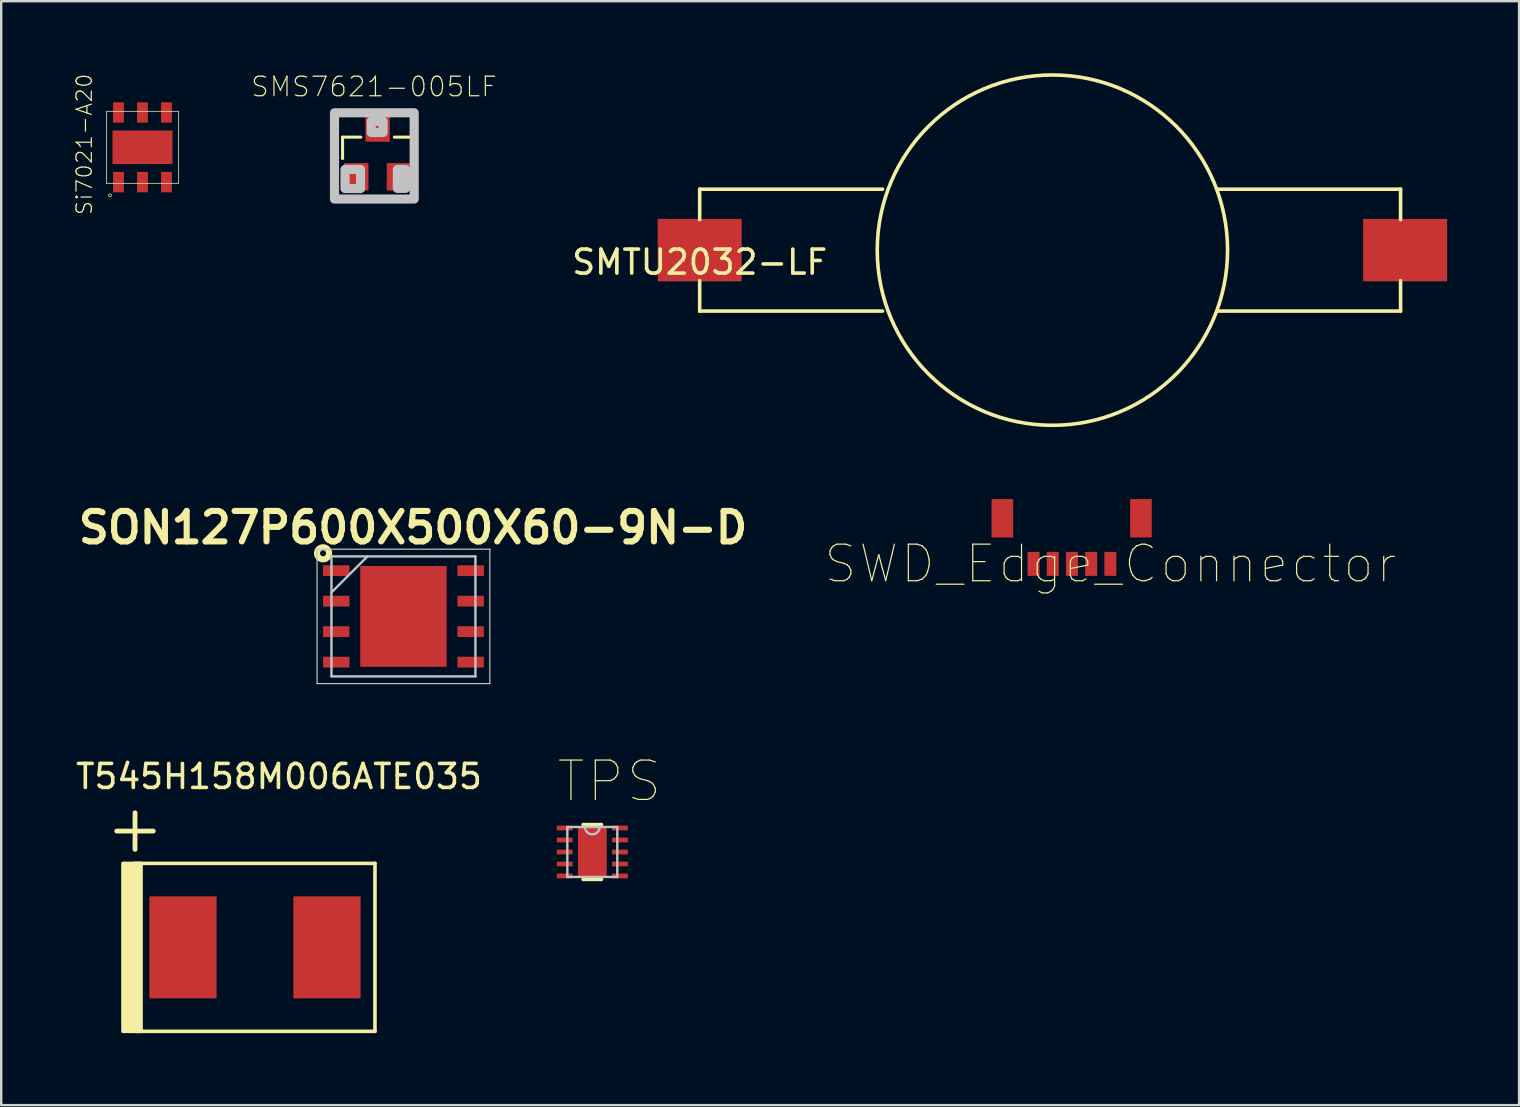
<source format=kicad_pcb>
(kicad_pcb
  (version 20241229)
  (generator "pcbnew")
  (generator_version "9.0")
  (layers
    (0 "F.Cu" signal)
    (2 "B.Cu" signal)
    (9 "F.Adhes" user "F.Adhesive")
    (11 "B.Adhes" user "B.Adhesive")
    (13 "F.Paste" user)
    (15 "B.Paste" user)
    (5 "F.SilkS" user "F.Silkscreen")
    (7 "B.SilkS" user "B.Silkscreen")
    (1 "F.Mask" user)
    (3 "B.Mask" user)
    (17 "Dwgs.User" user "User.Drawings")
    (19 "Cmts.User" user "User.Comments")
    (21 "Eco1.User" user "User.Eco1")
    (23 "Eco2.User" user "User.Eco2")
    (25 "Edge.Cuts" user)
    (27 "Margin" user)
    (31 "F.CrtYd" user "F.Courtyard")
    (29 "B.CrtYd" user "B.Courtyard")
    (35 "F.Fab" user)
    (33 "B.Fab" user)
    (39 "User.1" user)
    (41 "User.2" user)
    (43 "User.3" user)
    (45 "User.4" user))
  (footprint "Si7021-A20"
    (layer "F.Cu")
    (at 2.888 3.089)
    (property "Reference" "Si7021-A20" (at -2.426 -0.122 90) (layer "F.SilkS") (effects (font (size 0.64 0.64) (thickness 0.05))))
    (attr smd)
    (fp_line (start -1.5 -1.5) (end -1.5 1.5) (stroke (width 0.03) (type solid)) (layer "F.SilkS"))
    (fp_line (start -1.5 1.5) (end 1.5 1.5) (stroke (width 0.03) (type solid)) (layer "F.SilkS"))
    (fp_line (start 1.5 -1.5) (end -1.5 -1.5) (stroke (width 0.03) (type solid)) (layer "F.SilkS"))
    (fp_line (start 1.5 1.5) (end 1.5 -1.5) (stroke (width 0.03) (type solid)) (layer "F.SilkS"))
    (fp_circle (center -1.356 2) (end -1.298 2) (stroke (width 0.03) (type solid)) (fill no) (layer "F.SilkS"))
    (pad "1" smd rect (at -1 1.45 90) (size 0.85 0.45) (layers "F.Cu" "F.Mask" "F.Paste"))
    (pad "2" smd rect (at 0 1.45 90) (size 0.85 0.45) (layers "F.Cu" "F.Mask" "F.Paste"))
    (pad "3" smd rect (at 1 1.45 90) (size 0.85 0.45) (layers "F.Cu" "F.Mask" "F.Paste"))
    (pad "4" smd rect (at 1 -1.45 90) (size 0.85 0.45) (layers "F.Cu" "F.Mask" "F.Paste"))
    (pad "5" smd rect (at 0 -1.45 90) (size 0.85 0.45) (layers "F.Cu" "F.Mask" "F.Paste"))
    (pad "6" smd rect (at -1 -1.45 90) (size 0.85 0.45) (layers "F.Cu" "F.Mask" "F.Paste"))
    (pad "7" smd rect (at 0 0 90) (size 1.4 2.5) (layers "F.Cu" "F.Mask" "F.Paste")))
  (footprint "SMTU2032-LF"
    (layer "F.Cu")
    (at 26.11 7.375)
    (property "Reference" "SMTU2032-LF" (at 0 0.5 0) (layer "F.SilkS") (effects (font (size 1 1) (thickness 0.15))))
    (attr through_hole)
    (fp_line (start 0 -2.54) (end 7.62 -2.54) (stroke (width 0.15) (type solid)) (layer "F.SilkS"))
    (fp_line (start 0 -1.27) (end 0 -2.54) (stroke (width 0.15) (type solid)) (layer "F.SilkS"))
    (fp_line (start 0 1.27) (end 0 2.54) (stroke (width 0.15) (type solid)) (layer "F.SilkS"))
    (fp_line (start 0 2.54) (end 7.62 2.54) (stroke (width 0.15) (type solid)) (layer "F.SilkS"))
    (fp_line (start 29.21 -2.54) (end 21.59 -2.54) (stroke (width 0.15) (type solid)) (layer "F.SilkS"))
    (fp_line (start 29.21 -1.27) (end 29.21 -2.54) (stroke (width 0.15) (type solid)) (layer "F.SilkS"))
    (fp_line (start 29.21 1.27) (end 29.21 2.54) (stroke (width 0.15) (type solid)) (layer "F.SilkS"))
    (fp_line (start 29.21 2.54) (end 21.59 2.54) (stroke (width 0.15) (type solid)) (layer "F.SilkS"))
    (fp_circle (center 14.7 0) (end 22 0) (stroke (width 0.15) (type solid)) (fill no) (layer "F.SilkS"))
    (pad "1" smd rect (at 0 0) (size 3.5 2.6) (layers "F.Cu" "F.Mask" "F.Paste"))
    (pad "2" smd rect (at 29.4 0) (size 3.5 2.6) (layers "F.Cu" "F.Mask" "F.Paste")))
  (footprint "SWD_Edge_Connector"
    (layer "F.Cu")
    (at 43.224 20.45)
    (property "Reference" "SWD_Edge_Connector" (at 0 0 0) (layer "F.SilkS") (effects (font (size 1.524 1.524) (thickness 0.05))))
    (attr smd)
    (pad "0" smd rect (at -4.5 -1.9 180) (size 0.9 1.6) (layers "F.Cu" "F.Mask" "F.Paste"))
    (pad "0" smd rect (at 1.275 -1.9 180) (size 0.9 1.6) (layers "F.Cu" "F.Mask" "F.Paste"))
    (pad "1" smd rect (at 0 0 180) (size 0.5 1) (layers "F.Cu" "F.Mask" "F.Paste"))
    (pad "2" smd rect (at -0.8 0 180) (size 0.5 1) (layers "F.Cu" "F.Mask" "F.Paste"))
    (pad "3" smd rect (at -1.6 0 180) (size 0.5 1) (layers "F.Cu" "F.Mask" "F.Paste"))
    (pad "4" smd rect (at -2.4 0 180) (size 0.5 1) (layers "F.Cu" "F.Mask" "F.Paste"))
    (pad "5" smd rect (at -3.2 0 180) (size 0.5 1) (layers "F.Cu" "F.Mask" "F.Paste")))
  (footprint "SMS7621-005LF"
    (layer "F.Cu")
    (at 12.687 3.301)
    (property "Reference" "SMS7621-005LF" (at -0.148 -2.736 0) (layer "F.SilkS") (effects (font (size 0.815 0.815) (thickness 0.05))))
    (attr smd)
    (fp_line (start -1.46 -0.635) (end -1.46 0.254) (stroke (width 0.127) (type solid)) (layer "F.SilkS"))
    (fp_line (start -0.699 -0.635) (end -1.46 -0.635) (stroke (width 0.127) (type solid)) (layer "F.SilkS"))
    (fp_line (start 1.46 -0.635) (end 0.699 -0.635) (stroke (width 0.127) (type solid)) (layer "F.SilkS"))
    (fp_line (start 1.46 0.254) (end 1.46 -0.635) (stroke (width 0.127) (type solid)) (layer "F.SilkS"))
    (fp_poly (pts (xy -1.796 -1.651) (xy 1.524 -1.651) (xy 1.524 1.945) (xy -1.796 1.945)) (stroke (width 0.381) (type solid)) (fill no) (layer "Dwgs.User"))
    (fp_poly (pts (xy -1.359 0.711) (xy -0.711 0.711) (xy -0.711 1.507) (xy -1.359 1.507)) (stroke (width 0.381) (type solid)) (fill no) (layer "Dwgs.User"))
    (fp_poly (pts (xy -0.266 -1.295) (xy 0.229 -1.295) (xy 0.229 -0.829) (xy -0.266 -0.829)) (stroke (width 0.381) (type solid)) (fill no) (layer "Dwgs.User"))
    (fp_poly (pts (xy 0.823 0.711) (xy 1.168 0.711) (xy 1.168 1.499) (xy 0.823 1.499)) (stroke (width 0.381) (type solid)) (fill no) (layer "Dwgs.User"))
    (pad "1" smd rect (at -0.889 1.016 180) (size 1.016 1.143) (layers "F.Cu" "F.Mask" "F.Paste"))
    (pad "2" smd rect (at 0.889 1.016) (size 1.016 1.143) (layers "F.Cu" "F.Mask" "F.Paste"))
    (pad "3" smd rect (at 0 -1.016) (size 1.016 1.143) (layers "F.Cu" "F.Mask" "F.Paste")))
  (footprint "TPS"
    (layer "F.Cu")
    (at 21.635 32.457)
    (property "Reference" "TPS" (at 0.711 -2.946 0) (layer "F.SilkS") (effects (font (size 1.64 1.64) (thickness 0.05))))
    (attr smd)
    (fp_line (start -0.381 1.141) (end 0.381 1.141) (stroke (width 0.152) (type solid)) (layer "F.SilkS"))
    (fp_line (start 0.381 -1.141) (end -0.381 -1.141) (stroke (width 0.152) (type solid)) (layer "F.SilkS"))
    (fp_line (start -1.041 -1.041) (end -1.041 1.041) (stroke (width 0.1) (type solid)) (layer "Dwgs.User"))
    (fp_line (start -1.041 1.041) (end 1.041 1.041) (stroke (width 0.1) (type solid)) (layer "Dwgs.User"))
    (fp_line (start -0.305 -1.041) (end -1.041 -1.041) (stroke (width 0.1) (type solid)) (layer "Dwgs.User"))
    (fp_line (start 0.305 -1.041) (end -0.305 -1.041) (stroke (width 0.1) (type solid)) (layer "Dwgs.User"))
    (fp_line (start 1.041 -1.041) (end 0.305 -1.041) (stroke (width 0.1) (type solid)) (layer "Dwgs.User"))
    (fp_line (start 1.041 1.041) (end 1.041 -1.041) (stroke (width 0.1) (type solid)) (layer "Dwgs.User"))
    (fp_arc (start 0.3048 -1.0414) (mid 0 -0.7366) (end -0.3048 -1.0414) (stroke (width 0.1) (type solid)) (layer "Dwgs.User"))
    (pad "1" smd rect (at -1.15 -1) (size 0.66 0.2) (layers "F.Cu" "F.Mask" "F.Paste"))
    (pad "2" smd rect (at -1.15 -0.5) (size 0.66 0.2) (layers "F.Cu" "F.Mask" "F.Paste"))
    (pad "3" smd rect (at -1.15 0) (size 0.66 0.2) (layers "F.Cu" "F.Mask" "F.Paste"))
    (pad "4" smd rect (at -1.15 0.5) (size 0.66 0.2) (layers "F.Cu" "F.Mask" "F.Paste"))
    (pad "5" smd rect (at -1.15 1) (size 0.66 0.2) (layers "F.Cu" "F.Mask" "F.Paste"))
    (pad "6" smd rect (at 1.15 1) (size 0.66 0.2) (layers "F.Cu" "F.Mask" "F.Paste"))
    (pad "7" smd rect (at 1.15 0.5) (size 0.66 0.2) (layers "F.Cu" "F.Mask" "F.Paste"))
    (pad "8" smd rect (at 1.15 0) (size 0.66 0.2) (layers "F.Cu" "F.Mask" "F.Paste"))
    (pad "9" smd rect (at 1.15 -0.5) (size 0.66 0.2) (layers "F.Cu" "F.Mask" "F.Paste"))
    (pad "10" smd rect (at 1.15 -1) (size 0.66 0.2) (layers "F.Cu" "F.Mask" "F.Paste"))
    (pad "11" smd rect (at 0 0) (size 1.2 2) (layers "F.Cu" "F.Mask" "F.Paste")))
  (footprint "T545H158M006ATE035"
    (layer "F.Cu")
    (at 8.577 36.432)
    (property "Reference" "T545H158M006ATE035" (at 0 -7.12 0) (layer "F.SilkS") (effects (font (size 1 1) (thickness 0.15))))
    (attr through_hole)
    (fp_line (start 4 -3.5) (end -6 -3.5) (stroke (width 0.15) (type solid)) (layer "F.SilkS"))
    (fp_line (start 4 -3.5) (end 4 3.5) (stroke (width 0.15) (type solid)) (layer "F.SilkS"))
    (fp_line (start 4 3.5) (end -6 3.5) (stroke (width 0.15) (type solid)) (layer "F.SilkS"))
    (fp_poly (pts (xy -5.75 -3.5) (xy -5.75 3.5) (xy -6.5 3.5) (xy -6.5 -3.5)) (stroke (width 0.15) (type solid)) (fill yes) (layer "F.SilkS"))
    (fp_text user "+" (at -6 -5 0) (layer "F.SilkS") (effects (font (size 2 2) (thickness 0.2))))
    (pad "1" smd rect (at -4 0 90) (size 4.25 2.8) (layers "F.Cu" "F.Mask" "F.Paste"))
    (pad "2" smd rect (at 2 0 90) (size 4.25 2.8) (layers "F.Cu" "F.Mask" "F.Paste")))
  (footprint "SON127P600X500X60-9N-D"
    (layer "F.Cu")
    (at 13.764 22.639)
    (property "Reference" "SON127P600X500X60-9N-D" (at 0.4 -3.7 0) (layer "F.SilkS") (effects (font (size 1.27 1.27) (thickness 0.254))))
    (attr smd)
    (fp_circle (center -3.35 -2.63) (end -3.225 -2.63) (stroke (width 0.254) (type solid)) (fill no) (layer "F.SilkS"))
    (fp_line (start -3.6 -2.8) (end 3.6 -2.8) (stroke (width 0.05) (type solid)) (layer "Dwgs.User"))
    (fp_line (start -3.6 2.8) (end -3.6 -2.8) (stroke (width 0.05) (type solid)) (layer "Dwgs.User"))
    (fp_line (start -3 -2.5) (end 3 -2.5) (stroke (width 0.1) (type solid)) (layer "Dwgs.User"))
    (fp_line (start -3 -1) (end -1.5 -2.5) (stroke (width 0.1) (type solid)) (layer "Dwgs.User"))
    (fp_line (start -3 2.5) (end -3 -2.5) (stroke (width 0.1) (type solid)) (layer "Dwgs.User"))
    (fp_line (start 3 -2.5) (end 3 2.5) (stroke (width 0.1) (type solid)) (layer "Dwgs.User"))
    (fp_line (start 3 2.5) (end -3 2.5) (stroke (width 0.1) (type solid)) (layer "Dwgs.User"))
    (fp_line (start 3.6 -2.8) (end 3.6 2.8) (stroke (width 0.05) (type solid)) (layer "Dwgs.User"))
    (fp_line (start 3.6 2.8) (end -3.6 2.8) (stroke (width 0.05) (type solid)) (layer "Dwgs.User"))
    (pad "1" smd rect (at -2.8 -1.905 90) (size 0.45 1.1) (layers "F.Cu" "F.Mask" "F.Paste"))
    (pad "2" smd rect (at -2.8 -0.635 90) (size 0.45 1.1) (layers "F.Cu" "F.Mask" "F.Paste"))
    (pad "3" smd rect (at -2.8 0.635 90) (size 0.45 1.1) (layers "F.Cu" "F.Mask" "F.Paste"))
    (pad "4" smd rect (at -2.8 1.905 90) (size 0.45 1.1) (layers "F.Cu" "F.Mask" "F.Paste"))
    (pad "5" smd rect (at 2.8 1.905 90) (size 0.45 1.1) (layers "F.Cu" "F.Mask" "F.Paste"))
    (pad "6" smd rect (at 2.8 0.635 90) (size 0.45 1.1) (layers "F.Cu" "F.Mask" "F.Paste"))
    (pad "7" smd rect (at 2.8 -0.635 90) (size 0.45 1.1) (layers "F.Cu" "F.Mask" "F.Paste"))
    (pad "8" smd rect (at 2.8 -1.905 90) (size 0.45 1.1) (layers "F.Cu" "F.Mask" "F.Paste"))
    (pad "9" smd rect (at 0 0) (size 3.6 4.2) (layers "F.Cu" "F.Mask" "F.Paste")))
  (gr_rect
    (start -3 -3)
    (end 60.26 43.007)
    (stroke (width 0.1) (type default))
    (fill no)
    (layer "Edge.Cuts")))
</source>
